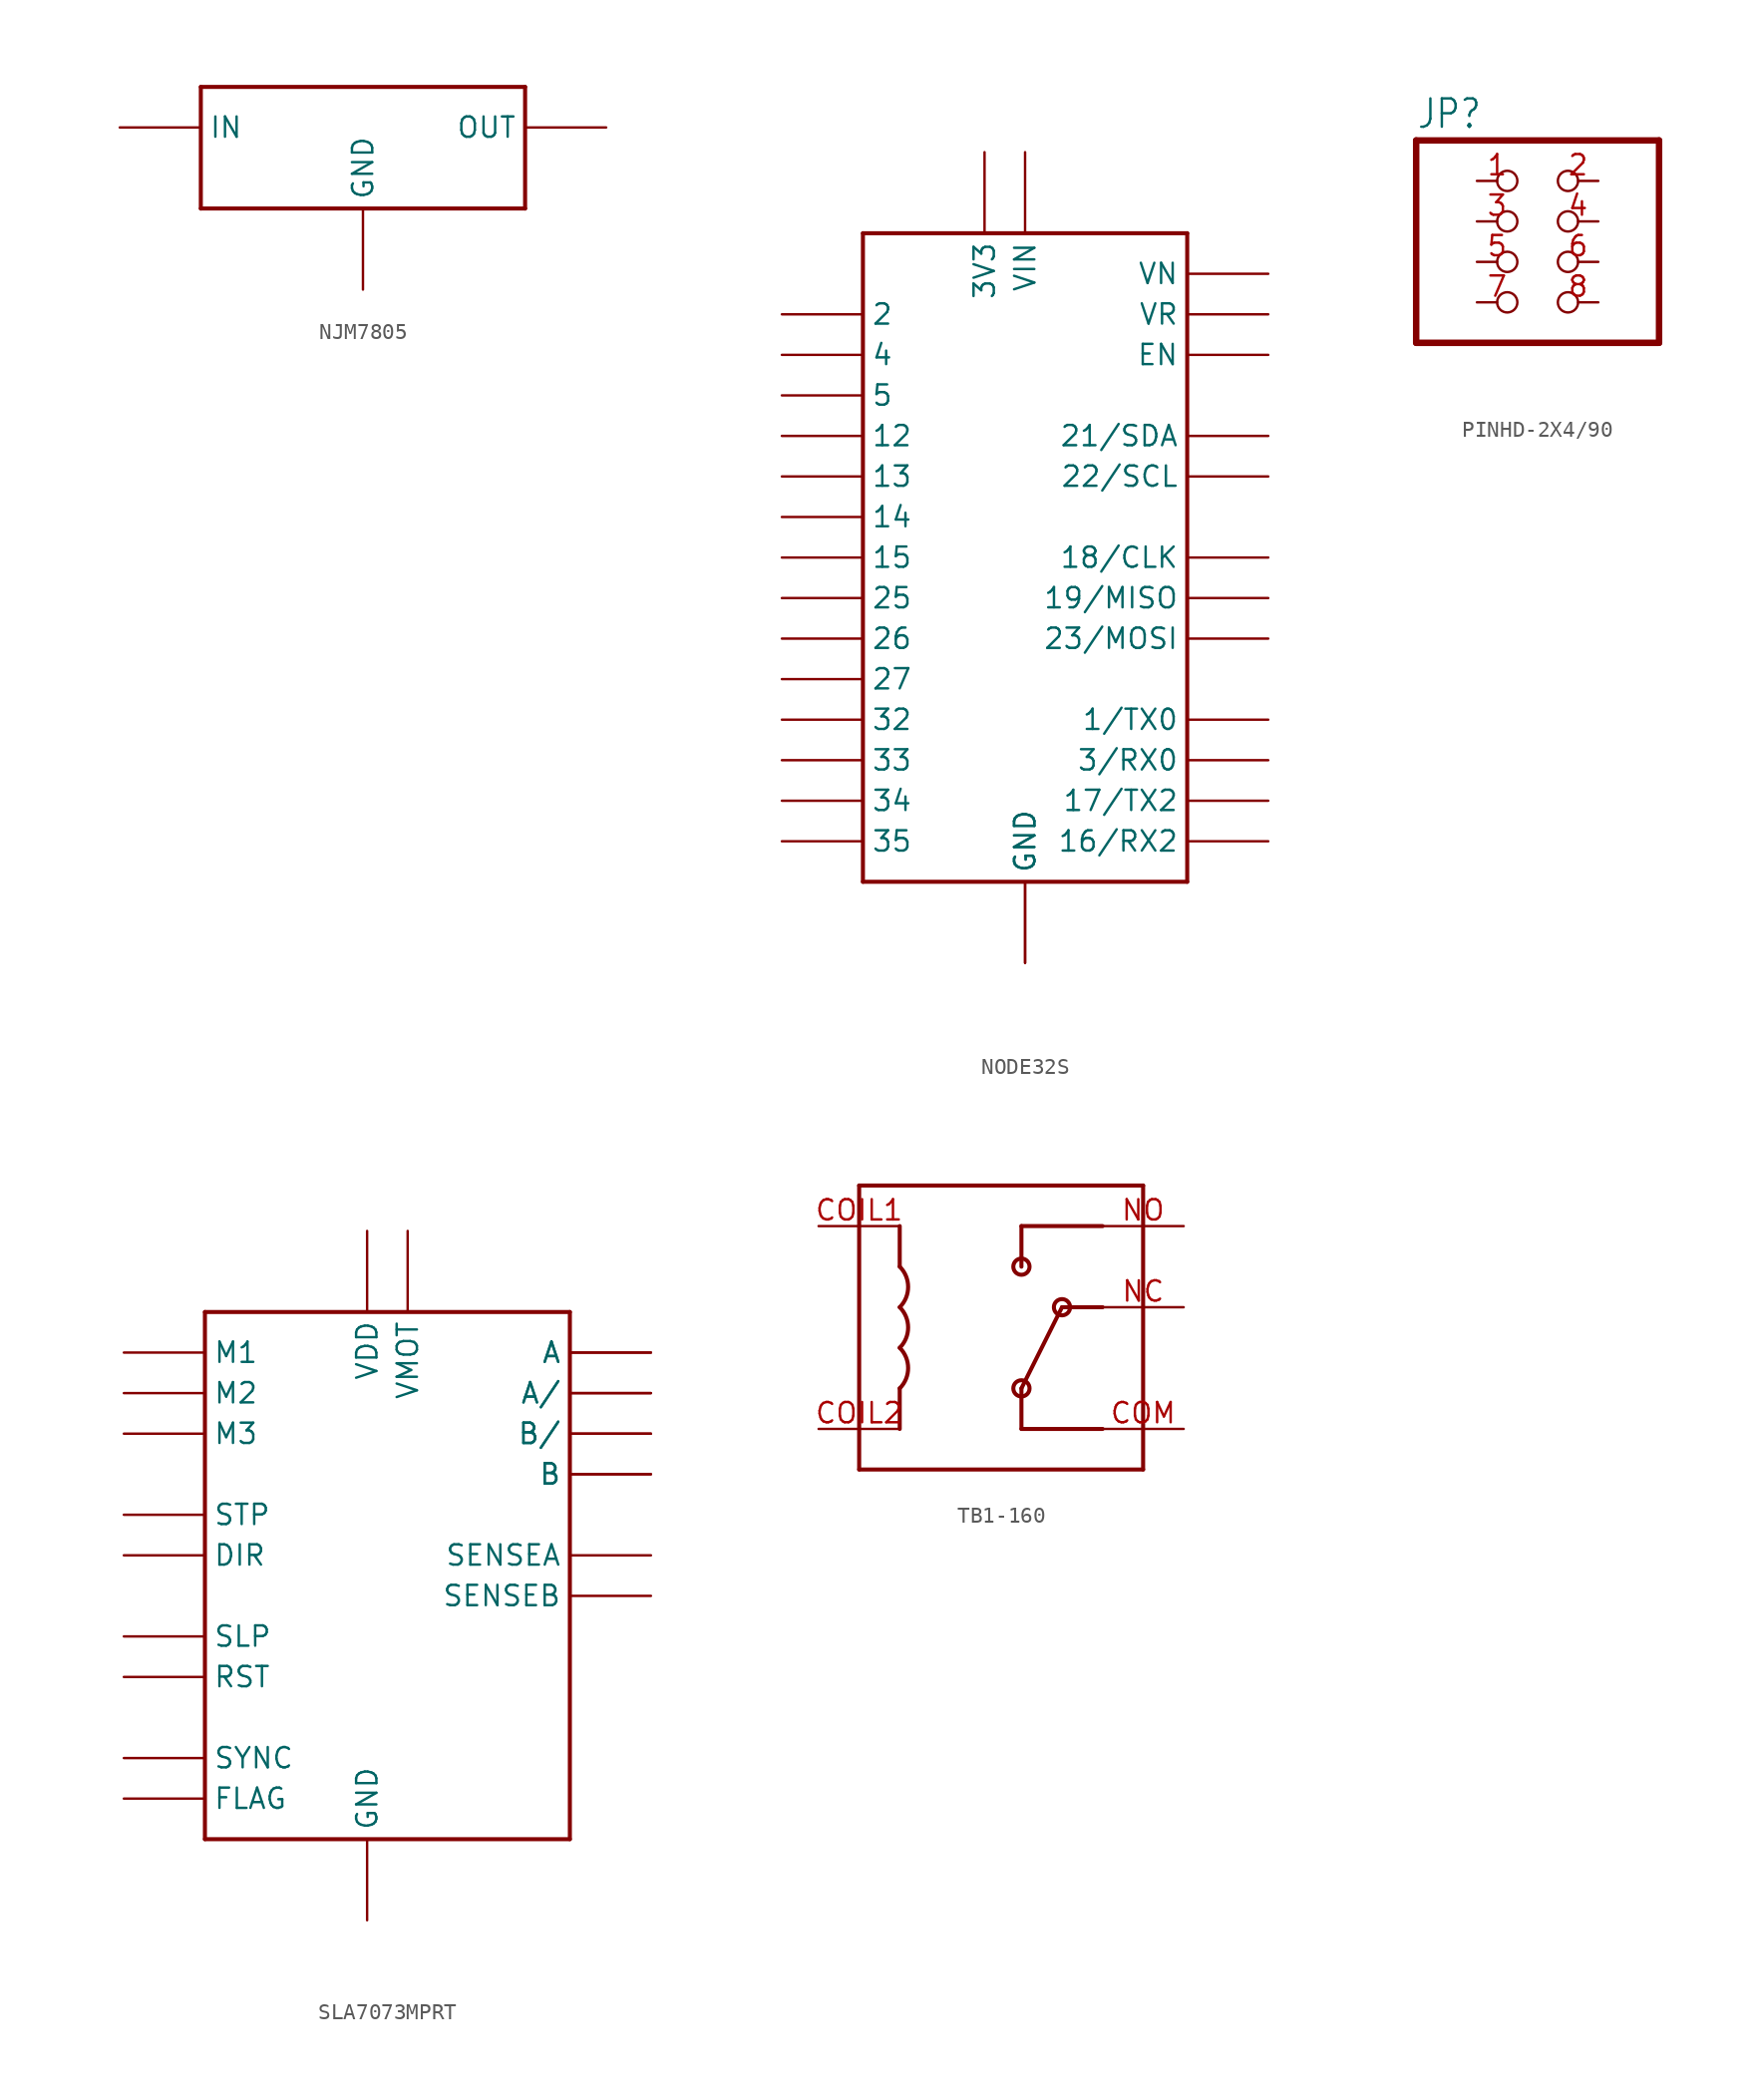
<source format=kicad_sym>
(kicad_symbol_lib
  (version 20220914)
  (generator kicad_symbol_editor)
  (symbol "NJM7805"
    (property "Reference" ""
      (at 0 0 0)
      (effects (font (size 1.27 1.27)) hide))
    (property "ki_locked" ""
      (at 0 0 0)
      (effects (font (size 1.27 1.27))))
    (symbol "NJM7805_1_0"
      (polyline (pts (xy -10.16 -2.54) (xy 10.16 -2.54)) (stroke (width 0.254) (type solid)) (fill (type none)))
      (polyline (pts (xy -10.16 5.08) (xy -10.16 -2.54)) (stroke (width 0.254) (type solid)) (fill (type none)))
      (polyline (pts (xy 10.16 -2.54) (xy 10.16 5.08)) (stroke (width 0.254) (type solid)) (fill (type none)))
      (polyline (pts (xy 10.16 5.08) (xy -10.16 5.08)) (stroke (width 0.254) (type solid)) (fill (type none)))
      (pin bidirectional line (at 0 -7.62 90) (length 5.08) (name "GND" (effects (font (size 1.27 1.27)))) (number "GND" (effects (font (size 0 0)))))
      (pin bidirectional line (at -15.24 2.54 0) (length 5.08) (name "IN" (effects (font (size 1.27 1.27)))) (number "IN" (effects (font (size 0 0)))))
      (pin bidirectional line (at 15.24 2.54 180) (length 5.08) (name "OUT" (effects (font (size 1.27 1.27)))) (number "OUT" (effects (font (size 0 0)))))))
  (symbol "NODE32S"
    (property "Reference" ""
      (at 0 0 0)
      (effects (font (size 1.27 1.27)) hide))
    (property "ki_locked" ""
      (at 0 0 0)
      (effects (font (size 1.27 1.27))))
    (symbol "NODE32S_1_0"
      (polyline (pts (xy -10.16 -20.32) (xy 10.16 -20.32)) (stroke (width 0.254) (type solid)) (fill (type none)))
      (polyline (pts (xy -10.16 20.32) (xy -10.16 -20.32)) (stroke (width 0.254) (type solid)) (fill (type none)))
      (polyline (pts (xy 10.16 -20.32) (xy 10.16 20.32)) (stroke (width 0.254) (type solid)) (fill (type none)))
      (polyline (pts (xy 10.16 20.32) (xy -10.16 20.32)) (stroke (width 0.254) (type solid)) (fill (type none)))
      (pin bidirectional line (at -15.24 7.62 0) (length 5.08) (name "12" (effects (font (size 1.27 1.27)))) (number "12" (effects (font (size 0 0)))))
      (pin bidirectional line (at -15.24 5.08 0) (length 5.08) (name "13" (effects (font (size 1.27 1.27)))) (number "13" (effects (font (size 0 0)))))
      (pin bidirectional line (at -15.24 2.54 0) (length 5.08) (name "14" (effects (font (size 1.27 1.27)))) (number "14" (effects (font (size 0 0)))))
      (pin bidirectional line (at -15.24 0 0) (length 5.08) (name "15" (effects (font (size 1.27 1.27)))) (number "15" (effects (font (size 0 0)))))
      (pin bidirectional line (at 15.24 0 180) (length 5.08) (name "18/CLK" (effects (font (size 1.27 1.27)))) (number "18" (effects (font (size 0 0)))))
      (pin bidirectional line (at 15.24 -2.54 180) (length 5.08) (name "19/MISO" (effects (font (size 1.27 1.27)))) (number "19" (effects (font (size 0 0)))))
      (pin bidirectional line (at -15.24 15.24 0) (length 5.08) (name "2" (effects (font (size 1.27 1.27)))) (number "2" (effects (font (size 0 0)))))
      (pin bidirectional line (at 15.24 7.62 180) (length 5.08) (name "21/SDA" (effects (font (size 1.27 1.27)))) (number "21" (effects (font (size 0 0)))))
      (pin bidirectional line (at -15.24 -2.54 0) (length 5.08) (name "25" (effects (font (size 1.27 1.27)))) (number "25" (effects (font (size 0 0)))))
      (pin bidirectional line (at -15.24 -5.08 0) (length 5.08) (name "26" (effects (font (size 1.27 1.27)))) (number "26" (effects (font (size 0 0)))))
      (pin bidirectional line (at -15.24 -7.62 0) (length 5.08) (name "27" (effects (font (size 1.27 1.27)))) (number "27" (effects (font (size 0 0)))))
      (pin bidirectional line (at -15.24 -10.16 0) (length 5.08) (name "32" (effects (font (size 1.27 1.27)))) (number "32" (effects (font (size 0 0)))))
      (pin bidirectional line (at -15.24 -12.7 0) (length 5.08) (name "33" (effects (font (size 1.27 1.27)))) (number "33" (effects (font (size 0 0)))))
      (pin bidirectional line (at -15.24 -15.24 0) (length 5.08) (name "34" (effects (font (size 1.27 1.27)))) (number "34" (effects (font (size 0 0)))))
      (pin bidirectional line (at -15.24 -17.78 0) (length 5.08) (name "35" (effects (font (size 1.27 1.27)))) (number "35" (effects (font (size 0 0)))))
      (pin bidirectional line (at -2.54 25.4 270) (length 5.08) (name "3V3" (effects (font (size 1.27 1.27)))) (number "3V3" (effects (font (size 0 0)))))
      (pin bidirectional line (at -15.24 12.7 0) (length 5.08) (name "4" (effects (font (size 1.27 1.27)))) (number "4" (effects (font (size 0 0)))))
      (pin bidirectional line (at -15.24 10.16 0) (length 5.08) (name "5" (effects (font (size 1.27 1.27)))) (number "5" (effects (font (size 0 0)))))
      (pin bidirectional line (at 15.24 5.08 180) (length 5.08) (name "22/SCL" (effects (font (size 1.27 1.27)))) (number "D22" (effects (font (size 0 0)))))
      (pin bidirectional line (at 15.24 -5.08 180) (length 5.08) (name "23/MOSI" (effects (font (size 1.27 1.27)))) (number "D23" (effects (font (size 0 0)))))
      (pin bidirectional line (at 15.24 12.7 180) (length 5.08) (name "EN" (effects (font (size 1.27 1.27)))) (number "EN" (effects (font (size 0 0)))))
      (pin bidirectional line (at 0 -25.4 90) (length 5.08) (name "GND" (effects (font (size 1.27 1.27)))) (number "GND" (effects (font (size 0 0)))))
      (pin bidirectional line (at 0 -25.4 90) (length 5.08) (name "GND" (effects (font (size 1.27 1.27)))) (number "GND1" (effects (font (size 0 0)))))
      (pin bidirectional line (at 15.24 -12.7 180) (length 5.08) (name "3/RX0" (effects (font (size 1.27 1.27)))) (number "RX0" (effects (font (size 0 0)))))
      (pin bidirectional line (at 15.24 -17.78 180) (length 5.08) (name "16/RX2" (effects (font (size 1.27 1.27)))) (number "RX2" (effects (font (size 0 0)))))
      (pin bidirectional line (at 15.24 -10.16 180) (length 5.08) (name "1/TX0" (effects (font (size 1.27 1.27)))) (number "TX0" (effects (font (size 0 0)))))
      (pin bidirectional line (at 15.24 -15.24 180) (length 5.08) (name "17/TX2" (effects (font (size 1.27 1.27)))) (number "TX2" (effects (font (size 0 0)))))
      (pin bidirectional line (at 0 25.4 270) (length 5.08) (name "VIN" (effects (font (size 1.27 1.27)))) (number "VIN" (effects (font (size 0 0)))))
      (pin bidirectional line (at 15.24 17.78 180) (length 5.08) (name "VN" (effects (font (size 1.27 1.27)))) (number "VN" (effects (font (size 0 0)))))
      (pin bidirectional line (at 15.24 15.24 180) (length 5.08) (name "VR" (effects (font (size 1.27 1.27)))) (number "VR" (effects (font (size 0 0)))))))
  (symbol "PINHD-2X4/90"
    (property "Reference" "JP"
      (at -6.35 8.255 0)
      (effects (font (size 1.778 1.511)) (justify left bottom)))
    (property "Value" ""
      (at -6.35 -7.62 0)
      (effects (font (size 1.778 1.511)) (justify left bottom)))
    (property "ki_locked" ""
      (at 0 0 0)
      (effects (font (size 1.27 1.27))))
    (symbol "PINHD-2X4/90_1_0"
      (polyline (pts (xy -6.35 -5.08) (xy 8.89 -5.08)) (stroke (width 0.406) (type solid)) (fill (type none)))
      (polyline (pts (xy -6.35 7.62) (xy -6.35 -5.08)) (stroke (width 0.406) (type solid)) (fill (type none)))
      (polyline (pts (xy 8.89 -5.08) (xy 8.89 7.62)) (stroke (width 0.406) (type solid)) (fill (type none)))
      (polyline (pts (xy 8.89 7.62) (xy -6.35 7.62)) (stroke (width 0.406) (type solid)) (fill (type none)))
      (pin passive inverted (at -2.54 5.08 0) (length 2.54) (name "1" (effects (font (size 0 0)))) (number "1" (effects (font (size 1.27 1.27)))))
      (pin passive inverted (at 5.08 5.08 180) (length 2.54) (name "2" (effects (font (size 0 0)))) (number "2" (effects (font (size 1.27 1.27)))))
      (pin passive inverted (at -2.54 2.54 0) (length 2.54) (name "3" (effects (font (size 0 0)))) (number "3" (effects (font (size 1.27 1.27)))))
      (pin passive inverted (at 5.08 2.54 180) (length 2.54) (name "4" (effects (font (size 0 0)))) (number "4" (effects (font (size 1.27 1.27)))))
      (pin passive inverted (at -2.54 0 0) (length 2.54) (name "5" (effects (font (size 0 0)))) (number "5" (effects (font (size 1.27 1.27)))))
      (pin passive inverted (at 5.08 0 180) (length 2.54) (name "6" (effects (font (size 0 0)))) (number "6" (effects (font (size 1.27 1.27)))))
      (pin passive inverted (at -2.54 -2.54 0) (length 2.54) (name "7" (effects (font (size 0 0)))) (number "7" (effects (font (size 1.27 1.27)))))
      (pin passive inverted (at 5.08 -2.54 180) (length 2.54) (name "8" (effects (font (size 0 0)))) (number "8" (effects (font (size 1.27 1.27)))))))
  (symbol "SLA7073MPRT"
    (property "Reference" ""
      (at 0 0 0)
      (effects (font (size 1.27 1.27)) hide))
    (property "ki_locked" ""
      (at 0 0 0)
      (effects (font (size 1.27 1.27))))
    (symbol "SLA7073MPRT_1_0"
      (polyline (pts (xy -10.16 -20.32) (xy 12.7 -20.32)) (stroke (width 0.254) (type solid)) (fill (type none)))
      (polyline (pts (xy -10.16 12.7) (xy -10.16 -20.32)) (stroke (width 0.254) (type solid)) (fill (type none)))
      (polyline (pts (xy 12.7 -20.32) (xy 12.7 12.7)) (stroke (width 0.254) (type solid)) (fill (type none)))
      (polyline (pts (xy 12.7 12.7) (xy -10.16 12.7)) (stroke (width 0.254) (type solid)) (fill (type none)))
      (pin bidirectional line (at -15.24 0 0) (length 5.08) (name "STP" (effects (font (size 1.27 1.27)))) (number "CLK" (effects (font (size 0 0)))))
      (pin bidirectional line (at -15.24 -2.54 0) (length 5.08) (name "DIR" (effects (font (size 1.27 1.27)))) (number "DIR" (effects (font (size 0 0)))))
      (pin bidirectional line (at -15.24 -17.78 0) (length 5.08) (name "FLAG" (effects (font (size 1.27 1.27)))) (number "FLAG" (effects (font (size 0 0)))))
      (pin bidirectional line (at 0 -25.4 90) (length 5.08) (name "GND" (effects (font (size 1.27 1.27)))) (number "GND" (effects (font (size 0 0)))))
      (pin bidirectional line (at -15.24 10.16 0) (length 5.08) (name "M1" (effects (font (size 1.27 1.27)))) (number "M1" (effects (font (size 0 0)))))
      (pin bidirectional line (at -15.24 7.62 0) (length 5.08) (name "M2" (effects (font (size 1.27 1.27)))) (number "M2" (effects (font (size 0 0)))))
      (pin bidirectional line (at -15.24 5.08 0) (length 5.08) (name "M3" (effects (font (size 1.27 1.27)))) (number "M3" (effects (font (size 0 0)))))
      (pin bidirectional line (at 17.78 7.62 180) (length 5.08) (name "A/" (effects (font (size 1.27 1.27)))) (number "OUTA/1" (effects (font (size 0 0)))))
      (pin bidirectional line (at 17.78 7.62 180) (length 5.08) (name "A/" (effects (font (size 1.27 1.27)))) (number "OUTA/2" (effects (font (size 0 0)))))
      (pin bidirectional line (at 17.78 10.16 180) (length 5.08) (name "A" (effects (font (size 1.27 1.27)))) (number "OUTA1" (effects (font (size 0 0)))))
      (pin bidirectional line (at 17.78 10.16 180) (length 5.08) (name "A" (effects (font (size 1.27 1.27)))) (number "OUTA2" (effects (font (size 0 0)))))
      (pin bidirectional line (at 17.78 5.08 180) (length 5.08) (name "B/" (effects (font (size 1.27 1.27)))) (number "OUTB/1" (effects (font (size 0 0)))))
      (pin bidirectional line (at 17.78 5.08 180) (length 5.08) (name "B/" (effects (font (size 1.27 1.27)))) (number "OUTB/2" (effects (font (size 0 0)))))
      (pin bidirectional line (at 17.78 2.54 180) (length 5.08) (name "B" (effects (font (size 1.27 1.27)))) (number "OUTB1" (effects (font (size 0 0)))))
      (pin bidirectional line (at 17.78 2.54 180) (length 5.08) (name "B" (effects (font (size 1.27 1.27)))) (number "OUTB2" (effects (font (size 0 0)))))
      (pin bidirectional line (at -15.24 -10.16 0) (length 5.08) (name "RST" (effects (font (size 1.27 1.27)))) (number "RST" (effects (font (size 0 0)))))
      (pin bidirectional line (at 17.78 -2.54 180) (length 5.08) (name "SENSEA" (effects (font (size 1.27 1.27)))) (number "SENSEA" (effects (font (size 0 0)))))
      (pin bidirectional line (at 17.78 -5.08 180) (length 5.08) (name "SENSEB" (effects (font (size 1.27 1.27)))) (number "SENSEB" (effects (font (size 0 0)))))
      (pin bidirectional line (at -15.24 -7.62 0) (length 5.08) (name "SLP" (effects (font (size 1.27 1.27)))) (number "SLP" (effects (font (size 0 0)))))
      (pin bidirectional line (at -15.24 -15.24 0) (length 5.08) (name "SYNC" (effects (font (size 1.27 1.27)))) (number "SYNC" (effects (font (size 0 0)))))
      (pin bidirectional line (at 2.54 17.78 270) (length 5.08) (name "VMOT" (effects (font (size 1.27 1.27)))) (number "VBB" (effects (font (size 0 0)))))
      (pin bidirectional line (at 0 17.78 270) (length 5.08) (name "VDD" (effects (font (size 1.27 1.27)))) (number "VDD" (effects (font (size 0 0)))))))
  (symbol "TB1-160"
    (property "Reference" ""
      (at 0 0 0)
      (effects (font (size 1.27 1.27)) hide))
    (property "ki_locked" ""
      (at 0 0 0)
      (effects (font (size 1.27 1.27))))
    (symbol "TB1-160_1_0"
      (arc (start -5.08 -2.54) (mid -2.0139 -1.27) (end -5.08 0) (stroke (width 0.254) (type solid)) (fill (type none)))
      (arc (start -5.08 0) (mid -2.0139 1.27) (end -5.08 2.54) (stroke (width 0.254) (type solid)) (fill (type none)))
      (arc (start -5.08 2.54) (mid -2.0139 3.81) (end -5.08 5.08) (stroke (width 0.254) (type solid)) (fill (type none)))
      (polyline (pts (xy -7.62 -7.62) (xy 10.16 -7.62)) (stroke (width 0.254) (type solid)) (fill (type none)))
      (polyline (pts (xy -7.62 10.16) (xy -7.62 -7.62)) (stroke (width 0.254) (type solid)) (fill (type none)))
      (polyline (pts (xy -5.08 -2.54) (xy -5.08 -5.08)) (stroke (width 0.254) (type solid)) (fill (type none)))
      (polyline (pts (xy -5.08 7.62) (xy -5.08 5.08)) (stroke (width 0.254) (type solid)) (fill (type none)))
      (polyline (pts (xy 2.54 -5.08) (xy 2.54 -2.54)) (stroke (width 0.254) (type solid)) (fill (type none)))
      (polyline (pts (xy 2.54 -2.54) (xy 5.08 2.54)) (stroke (width 0.254) (type solid)) (fill (type none)))
      (polyline (pts (xy 2.54 5.08) (xy 2.54 7.62)) (stroke (width 0.254) (type solid)) (fill (type none)))
      (polyline (pts (xy 2.54 7.62) (xy 7.62 7.62)) (stroke (width 0.254) (type solid)) (fill (type none)))
      (polyline (pts (xy 5.08 2.54) (xy 7.62 2.54)) (stroke (width 0.254) (type solid)) (fill (type none)))
      (polyline (pts (xy 7.62 -5.08) (xy 2.54 -5.08)) (stroke (width 0.254) (type solid)) (fill (type none)))
      (polyline (pts (xy 10.16 -7.62) (xy 10.16 10.16)) (stroke (width 0.254) (type solid)) (fill (type none)))
      (polyline (pts (xy 10.16 10.16) (xy -7.62 10.16)) (stroke (width 0.254) (type solid)) (fill (type none)))
      (circle (center 2.54 -2.54) (radius 0.508) (stroke (width 0.254) (type solid)) (fill (type none)))
      (circle (center 2.54 5.08) (radius 0.508) (stroke (width 0.254) (type solid)) (fill (type none)))
      (circle (center 5.08 2.54) (radius 0.508) (stroke (width 0.254) (type solid)) (fill (type none)))
      (pin bidirectional line (at -10.16 7.62 0) (length 5.08) (name "COIL1" (effects (font (size 0 0)))) (number "COIL1" (effects (font (size 1.27 1.27)))))
      (pin bidirectional line (at -10.16 -5.08 0) (length 5.08) (name "COIL2" (effects (font (size 0 0)))) (number "COIL2" (effects (font (size 1.27 1.27)))))
      (pin bidirectional line (at 12.7 -5.08 180) (length 5.08) (name "COM" (effects (font (size 0 0)))) (number "COM" (effects (font (size 1.27 1.27)))))
      (pin bidirectional line (at 12.7 2.54 180) (length 5.08) (name "NC" (effects (font (size 0 0)))) (number "NC" (effects (font (size 1.27 1.27)))))
      (pin bidirectional line (at 12.7 7.62 180) (length 5.08) (name "NO" (effects (font (size 0 0)))) (number "NO" (effects (font (size 1.27 1.27))))))))
</source>
